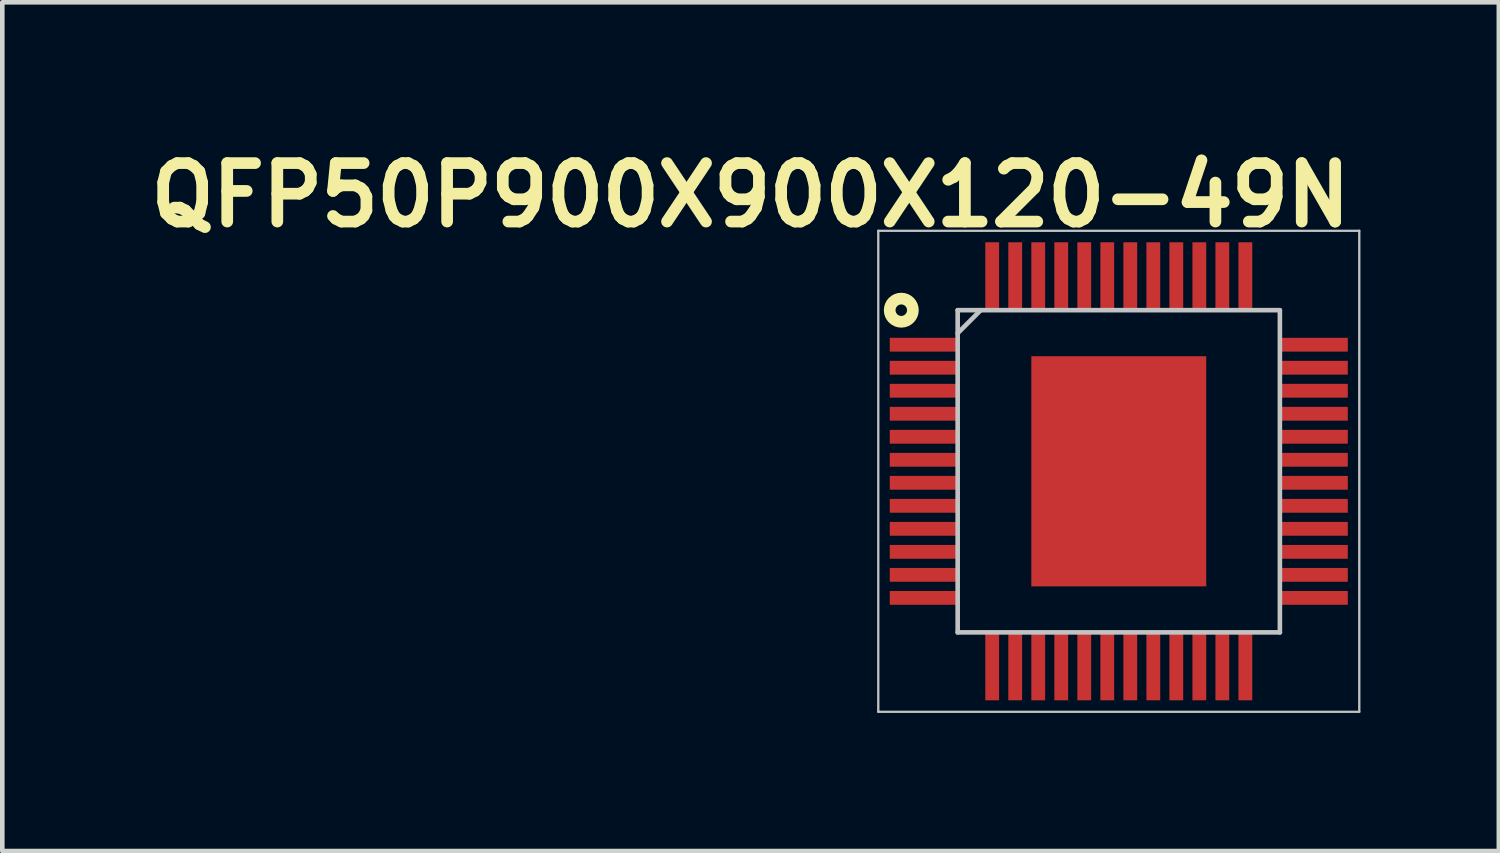
<source format=kicad_pcb>
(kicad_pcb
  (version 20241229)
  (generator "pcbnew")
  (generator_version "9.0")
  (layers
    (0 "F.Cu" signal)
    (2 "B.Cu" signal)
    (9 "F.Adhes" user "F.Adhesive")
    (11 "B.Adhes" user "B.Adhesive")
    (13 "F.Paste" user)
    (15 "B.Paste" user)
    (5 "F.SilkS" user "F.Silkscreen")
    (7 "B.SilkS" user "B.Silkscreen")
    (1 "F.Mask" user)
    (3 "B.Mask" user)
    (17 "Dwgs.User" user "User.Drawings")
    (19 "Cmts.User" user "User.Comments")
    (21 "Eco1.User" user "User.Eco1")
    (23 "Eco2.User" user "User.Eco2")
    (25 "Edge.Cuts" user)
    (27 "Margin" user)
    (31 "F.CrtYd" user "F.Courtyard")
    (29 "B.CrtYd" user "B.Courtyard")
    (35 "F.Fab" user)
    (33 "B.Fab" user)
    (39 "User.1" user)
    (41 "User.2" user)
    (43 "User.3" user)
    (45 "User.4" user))
  (footprint "QFP50P900X900X120-49N"
    (layer "F.Cu")
    (at 21.256 7.189)
    (property "Reference" "QFP50P900X900X120-49N" (at -8 -6 0) (layer "F.SilkS") (effects (font (size 1.27 1.27) (thickness 0.254))))
    (attr smd)
    (fp_circle (center -4.725 -3.5) (end -4.85 -3.5) (stroke (width 0.254) (type solid)) (fill no) (layer "F.SilkS"))
    (fp_line (start -5.225 -5.225) (end 5.225 -5.225) (stroke (width 0.05) (type solid)) (layer "Dwgs.User"))
    (fp_line (start -5.225 5.225) (end -5.225 -5.225) (stroke (width 0.05) (type solid)) (layer "Dwgs.User"))
    (fp_line (start -3.5 -3.5) (end 3.5 -3.5) (stroke (width 0.1) (type solid)) (layer "Dwgs.User"))
    (fp_line (start -3.5 -3) (end -3 -3.5) (stroke (width 0.1) (type solid)) (layer "Dwgs.User"))
    (fp_line (start -3.5 3.5) (end -3.5 -3.5) (stroke (width 0.1) (type solid)) (layer "Dwgs.User"))
    (fp_line (start 3.5 -3.5) (end 3.5 3.5) (stroke (width 0.1) (type solid)) (layer "Dwgs.User"))
    (fp_line (start 3.5 3.5) (end -3.5 3.5) (stroke (width 0.1) (type solid)) (layer "Dwgs.User"))
    (fp_line (start 5.225 -5.225) (end 5.225 5.225) (stroke (width 0.05) (type solid)) (layer "Dwgs.User"))
    (fp_line (start 5.225 5.225) (end -5.225 5.225) (stroke (width 0.05) (type solid)) (layer "Dwgs.User"))
    (pad "1" smd rect (at -4.238 -2.75 90) (size 0.3 1.475) (layers "F.Cu" "F.Mask" "F.Paste"))
    (pad "2" smd rect (at -4.238 -2.25 90) (size 0.3 1.475) (layers "F.Cu" "F.Mask" "F.Paste"))
    (pad "3" smd rect (at -4.238 -1.75 90) (size 0.3 1.475) (layers "F.Cu" "F.Mask" "F.Paste"))
    (pad "4" smd rect (at -4.238 -1.25 90) (size 0.3 1.475) (layers "F.Cu" "F.Mask" "F.Paste"))
    (pad "5" smd rect (at -4.238 -0.75 90) (size 0.3 1.475) (layers "F.Cu" "F.Mask" "F.Paste"))
    (pad "6" smd rect (at -4.238 -0.25 90) (size 0.3 1.475) (layers "F.Cu" "F.Mask" "F.Paste"))
    (pad "7" smd rect (at -4.238 0.25 90) (size 0.3 1.475) (layers "F.Cu" "F.Mask" "F.Paste"))
    (pad "8" smd rect (at -4.238 0.75 90) (size 0.3 1.475) (layers "F.Cu" "F.Mask" "F.Paste"))
    (pad "9" smd rect (at -4.238 1.25 90) (size 0.3 1.475) (layers "F.Cu" "F.Mask" "F.Paste"))
    (pad "10" smd rect (at -4.238 1.75 90) (size 0.3 1.475) (layers "F.Cu" "F.Mask" "F.Paste"))
    (pad "11" smd rect (at -4.238 2.25 90) (size 0.3 1.475) (layers "F.Cu" "F.Mask" "F.Paste"))
    (pad "12" smd rect (at -4.238 2.75 90) (size 0.3 1.475) (layers "F.Cu" "F.Mask" "F.Paste"))
    (pad "13" smd rect (at -2.75 4.238) (size 0.3 1.475) (layers "F.Cu" "F.Mask" "F.Paste"))
    (pad "14" smd rect (at -2.25 4.238) (size 0.3 1.475) (layers "F.Cu" "F.Mask" "F.Paste"))
    (pad "15" smd rect (at -1.75 4.238) (size 0.3 1.475) (layers "F.Cu" "F.Mask" "F.Paste"))
    (pad "16" smd rect (at -1.25 4.238) (size 0.3 1.475) (layers "F.Cu" "F.Mask" "F.Paste"))
    (pad "17" smd rect (at -0.75 4.238) (size 0.3 1.475) (layers "F.Cu" "F.Mask" "F.Paste"))
    (pad "18" smd rect (at -0.25 4.238) (size 0.3 1.475) (layers "F.Cu" "F.Mask" "F.Paste"))
    (pad "19" smd rect (at 0.25 4.238) (size 0.3 1.475) (layers "F.Cu" "F.Mask" "F.Paste"))
    (pad "20" smd rect (at 0.75 4.238) (size 0.3 1.475) (layers "F.Cu" "F.Mask" "F.Paste"))
    (pad "21" smd rect (at 1.25 4.238) (size 0.3 1.475) (layers "F.Cu" "F.Mask" "F.Paste"))
    (pad "22" smd rect (at 1.75 4.238) (size 0.3 1.475) (layers "F.Cu" "F.Mask" "F.Paste"))
    (pad "23" smd rect (at 2.25 4.238) (size 0.3 1.475) (layers "F.Cu" "F.Mask" "F.Paste"))
    (pad "24" smd rect (at 2.75 4.238) (size 0.3 1.475) (layers "F.Cu" "F.Mask" "F.Paste"))
    (pad "25" smd rect (at 4.238 2.75 90) (size 0.3 1.475) (layers "F.Cu" "F.Mask" "F.Paste"))
    (pad "26" smd rect (at 4.238 2.25 90) (size 0.3 1.475) (layers "F.Cu" "F.Mask" "F.Paste"))
    (pad "27" smd rect (at 4.238 1.75 90) (size 0.3 1.475) (layers "F.Cu" "F.Mask" "F.Paste"))
    (pad "28" smd rect (at 4.238 1.25 90) (size 0.3 1.475) (layers "F.Cu" "F.Mask" "F.Paste"))
    (pad "29" smd rect (at 4.238 0.75 90) (size 0.3 1.475) (layers "F.Cu" "F.Mask" "F.Paste"))
    (pad "30" smd rect (at 4.238 0.25 90) (size 0.3 1.475) (layers "F.Cu" "F.Mask" "F.Paste"))
    (pad "31" smd rect (at 4.238 -0.25 90) (size 0.3 1.475) (layers "F.Cu" "F.Mask" "F.Paste"))
    (pad "32" smd rect (at 4.238 -0.75 90) (size 0.3 1.475) (layers "F.Cu" "F.Mask" "F.Paste"))
    (pad "33" smd rect (at 4.238 -1.25 90) (size 0.3 1.475) (layers "F.Cu" "F.Mask" "F.Paste"))
    (pad "34" smd rect (at 4.238 -1.75 90) (size 0.3 1.475) (layers "F.Cu" "F.Mask" "F.Paste"))
    (pad "35" smd rect (at 4.238 -2.25 90) (size 0.3 1.475) (layers "F.Cu" "F.Mask" "F.Paste"))
    (pad "36" smd rect (at 4.238 -2.75 90) (size 0.3 1.475) (layers "F.Cu" "F.Mask" "F.Paste"))
    (pad "37" smd rect (at 2.75 -4.238) (size 0.3 1.475) (layers "F.Cu" "F.Mask" "F.Paste"))
    (pad "38" smd rect (at 2.25 -4.238) (size 0.3 1.475) (layers "F.Cu" "F.Mask" "F.Paste"))
    (pad "39" smd rect (at 1.75 -4.238) (size 0.3 1.475) (layers "F.Cu" "F.Mask" "F.Paste"))
    (pad "40" smd rect (at 1.25 -4.238) (size 0.3 1.475) (layers "F.Cu" "F.Mask" "F.Paste"))
    (pad "41" smd rect (at 0.75 -4.238) (size 0.3 1.475) (layers "F.Cu" "F.Mask" "F.Paste"))
    (pad "42" smd rect (at 0.25 -4.238) (size 0.3 1.475) (layers "F.Cu" "F.Mask" "F.Paste"))
    (pad "43" smd rect (at -0.25 -4.238) (size 0.3 1.475) (layers "F.Cu" "F.Mask" "F.Paste"))
    (pad "44" smd rect (at -0.75 -4.238) (size 0.3 1.475) (layers "F.Cu" "F.Mask" "F.Paste"))
    (pad "45" smd rect (at -1.25 -4.238) (size 0.3 1.475) (layers "F.Cu" "F.Mask" "F.Paste"))
    (pad "46" smd rect (at -1.75 -4.238) (size 0.3 1.475) (layers "F.Cu" "F.Mask" "F.Paste"))
    (pad "47" smd rect (at -2.25 -4.238) (size 0.3 1.475) (layers "F.Cu" "F.Mask" "F.Paste"))
    (pad "48" smd rect (at -2.75 -4.238) (size 0.3 1.475) (layers "F.Cu" "F.Mask" "F.Paste"))
    (pad "49" smd rect (at 0 0) (size 3.8 5) (layers "F.Cu" "F.Mask" "F.Paste")))
  (gr_rect
    (start -3 -3)
    (end 29.513 15.439)
    (stroke (width 0.1) (type default))
    (fill no)
    (layer "Edge.Cuts")))
</source>
